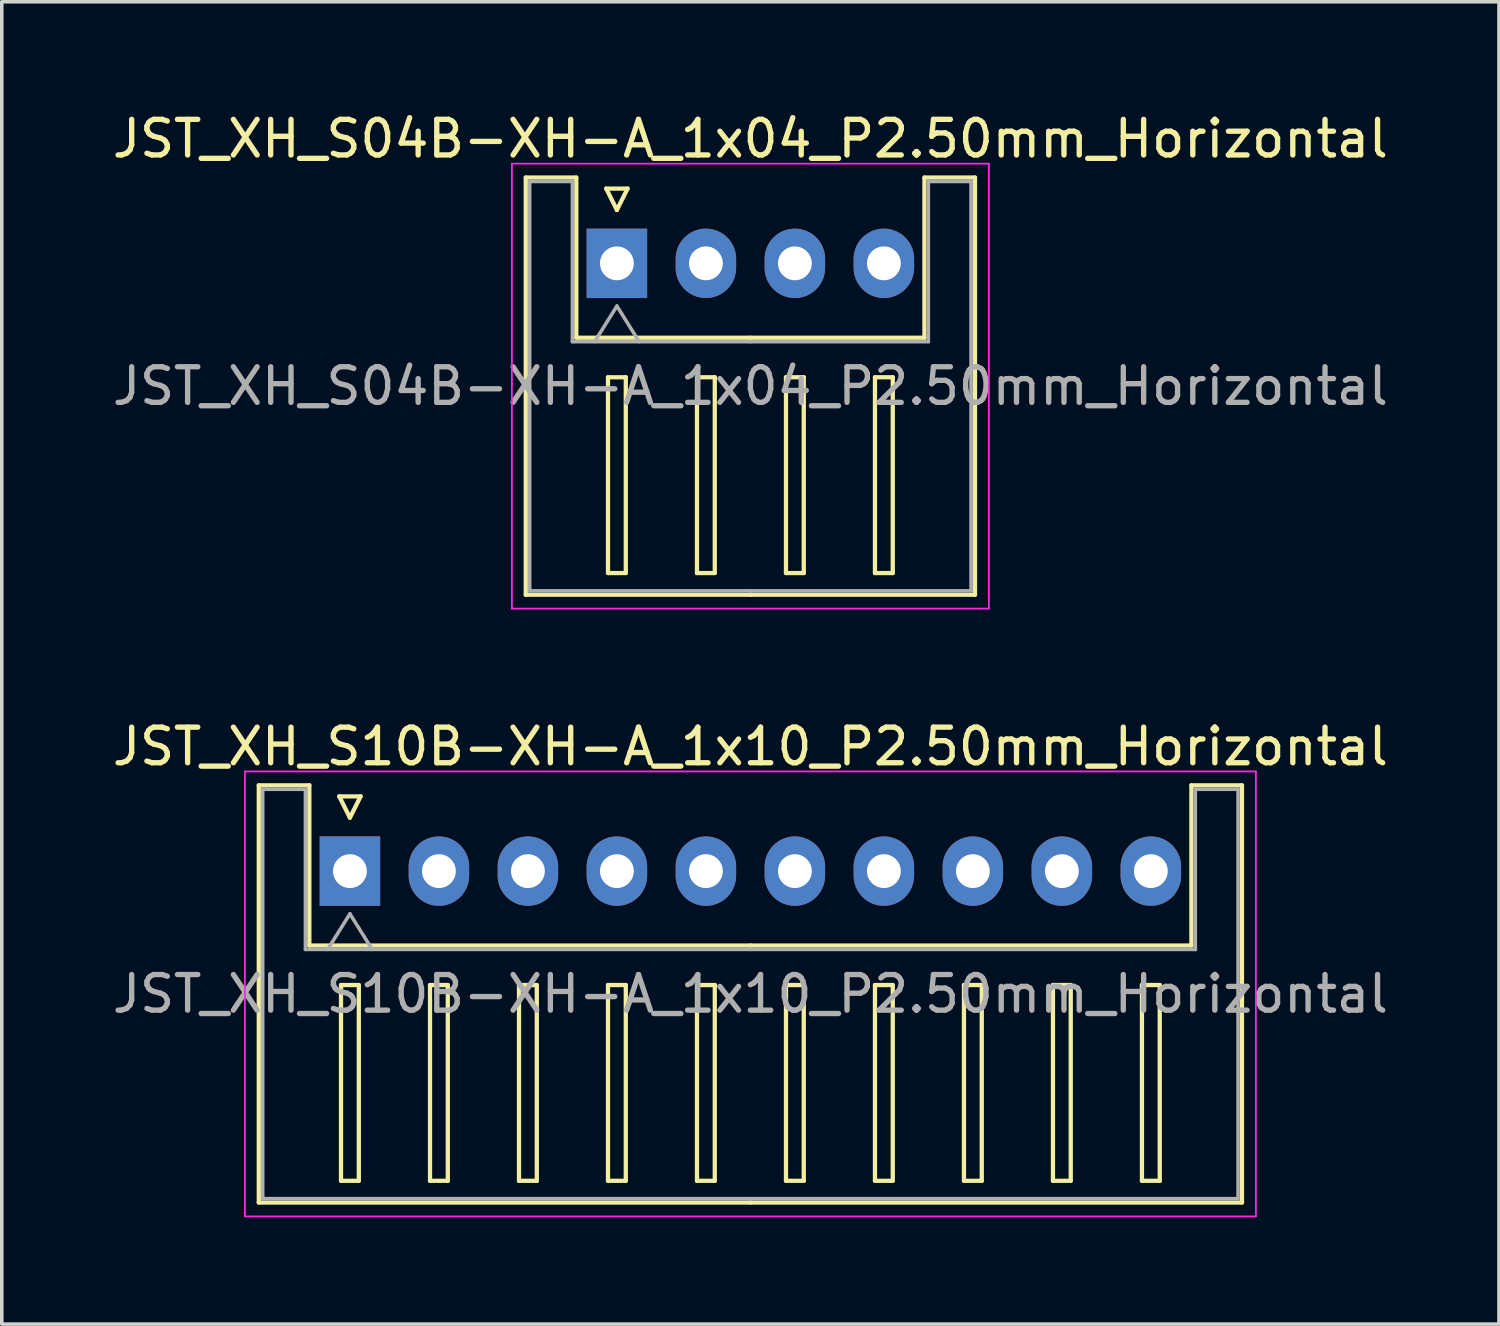
<source format=kicad_pcb>
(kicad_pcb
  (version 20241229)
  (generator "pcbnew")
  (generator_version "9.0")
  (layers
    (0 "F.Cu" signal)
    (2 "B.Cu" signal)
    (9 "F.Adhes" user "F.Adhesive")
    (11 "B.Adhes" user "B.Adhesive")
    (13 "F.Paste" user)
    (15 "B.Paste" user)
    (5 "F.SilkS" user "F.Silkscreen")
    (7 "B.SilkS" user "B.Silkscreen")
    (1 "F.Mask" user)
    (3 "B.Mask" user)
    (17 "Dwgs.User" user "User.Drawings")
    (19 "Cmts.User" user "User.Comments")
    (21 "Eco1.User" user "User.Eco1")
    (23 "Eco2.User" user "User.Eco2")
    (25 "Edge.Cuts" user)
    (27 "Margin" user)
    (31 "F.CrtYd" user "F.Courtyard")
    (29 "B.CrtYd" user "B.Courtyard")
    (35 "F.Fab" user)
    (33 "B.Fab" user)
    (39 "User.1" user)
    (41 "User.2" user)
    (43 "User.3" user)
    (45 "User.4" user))
  (footprint "JST_XH_S10B-XH-A_1x10_P2.50mm_Horizontal"
    (layer "F.Cu")
    (at 6.78 21.422)
    (property "Reference" "JST_XH_S10B-XH-A_1x10_P2.50mm_Horizontal" (at 11.25 -3.5 0) (layer "F.SilkS") (effects (font (size 1 1) (thickness 0.15))))
    (attr through_hole)
    (fp_line (start -2.56 -2.41) (end -1.14 -2.41) (stroke (width 0.12) (type solid)) (layer "F.SilkS"))
    (fp_line (start -2.56 9.31) (end -2.56 -2.41) (stroke (width 0.12) (type solid)) (layer "F.SilkS"))
    (fp_line (start -1.14 -2.41) (end -1.14 2.09) (stroke (width 0.12) (type solid)) (layer "F.SilkS"))
    (fp_line (start -1.14 2.09) (end 11.25 2.09) (stroke (width 0.12) (type solid)) (layer "F.SilkS"))
    (fp_line (start -0.3 -2.1) (end 0.3 -2.1) (stroke (width 0.12) (type solid)) (layer "F.SilkS"))
    (fp_line (start -0.25 3.2) (end -0.25 8.7) (stroke (width 0.12) (type solid)) (layer "F.SilkS"))
    (fp_line (start -0.25 8.7) (end 0.25 8.7) (stroke (width 0.12) (type solid)) (layer "F.SilkS"))
    (fp_line (start 0 -1.5) (end -0.3 -2.1) (stroke (width 0.12) (type solid)) (layer "F.SilkS"))
    (fp_line (start 0.25 3.2) (end -0.25 3.2) (stroke (width 0.12) (type solid)) (layer "F.SilkS"))
    (fp_line (start 0.25 8.7) (end 0.25 3.2) (stroke (width 0.12) (type solid)) (layer "F.SilkS"))
    (fp_line (start 0.3 -2.1) (end 0 -1.5) (stroke (width 0.12) (type solid)) (layer "F.SilkS"))
    (fp_line (start 2.25 3.2) (end 2.25 8.7) (stroke (width 0.12) (type solid)) (layer "F.SilkS"))
    (fp_line (start 2.25 8.7) (end 2.75 8.7) (stroke (width 0.12) (type solid)) (layer "F.SilkS"))
    (fp_line (start 2.75 3.2) (end 2.25 3.2) (stroke (width 0.12) (type solid)) (layer "F.SilkS"))
    (fp_line (start 2.75 8.7) (end 2.75 3.2) (stroke (width 0.12) (type solid)) (layer "F.SilkS"))
    (fp_line (start 4.75 3.2) (end 4.75 8.7) (stroke (width 0.12) (type solid)) (layer "F.SilkS"))
    (fp_line (start 4.75 8.7) (end 5.25 8.7) (stroke (width 0.12) (type solid)) (layer "F.SilkS"))
    (fp_line (start 5.25 3.2) (end 4.75 3.2) (stroke (width 0.12) (type solid)) (layer "F.SilkS"))
    (fp_line (start 5.25 8.7) (end 5.25 3.2) (stroke (width 0.12) (type solid)) (layer "F.SilkS"))
    (fp_line (start 7.25 3.2) (end 7.25 8.7) (stroke (width 0.12) (type solid)) (layer "F.SilkS"))
    (fp_line (start 7.25 8.7) (end 7.75 8.7) (stroke (width 0.12) (type solid)) (layer "F.SilkS"))
    (fp_line (start 7.75 3.2) (end 7.25 3.2) (stroke (width 0.12) (type solid)) (layer "F.SilkS"))
    (fp_line (start 7.75 8.7) (end 7.75 3.2) (stroke (width 0.12) (type solid)) (layer "F.SilkS"))
    (fp_line (start 9.75 3.2) (end 9.75 8.7) (stroke (width 0.12) (type solid)) (layer "F.SilkS"))
    (fp_line (start 9.75 8.7) (end 10.25 8.7) (stroke (width 0.12) (type solid)) (layer "F.SilkS"))
    (fp_line (start 10.25 3.2) (end 9.75 3.2) (stroke (width 0.12) (type solid)) (layer "F.SilkS"))
    (fp_line (start 10.25 8.7) (end 10.25 3.2) (stroke (width 0.12) (type solid)) (layer "F.SilkS"))
    (fp_line (start 11.25 9.31) (end -2.56 9.31) (stroke (width 0.12) (type solid)) (layer "F.SilkS"))
    (fp_line (start 11.25 9.31) (end 25.06 9.31) (stroke (width 0.12) (type solid)) (layer "F.SilkS"))
    (fp_line (start 12.25 3.2) (end 12.25 8.7) (stroke (width 0.12) (type solid)) (layer "F.SilkS"))
    (fp_line (start 12.25 8.7) (end 12.75 8.7) (stroke (width 0.12) (type solid)) (layer "F.SilkS"))
    (fp_line (start 12.75 3.2) (end 12.25 3.2) (stroke (width 0.12) (type solid)) (layer "F.SilkS"))
    (fp_line (start 12.75 8.7) (end 12.75 3.2) (stroke (width 0.12) (type solid)) (layer "F.SilkS"))
    (fp_line (start 14.75 3.2) (end 14.75 8.7) (stroke (width 0.12) (type solid)) (layer "F.SilkS"))
    (fp_line (start 14.75 8.7) (end 15.25 8.7) (stroke (width 0.12) (type solid)) (layer "F.SilkS"))
    (fp_line (start 15.25 3.2) (end 14.75 3.2) (stroke (width 0.12) (type solid)) (layer "F.SilkS"))
    (fp_line (start 15.25 8.7) (end 15.25 3.2) (stroke (width 0.12) (type solid)) (layer "F.SilkS"))
    (fp_line (start 17.25 3.2) (end 17.25 8.7) (stroke (width 0.12) (type solid)) (layer "F.SilkS"))
    (fp_line (start 17.25 8.7) (end 17.75 8.7) (stroke (width 0.12) (type solid)) (layer "F.SilkS"))
    (fp_line (start 17.75 3.2) (end 17.25 3.2) (stroke (width 0.12) (type solid)) (layer "F.SilkS"))
    (fp_line (start 17.75 8.7) (end 17.75 3.2) (stroke (width 0.12) (type solid)) (layer "F.SilkS"))
    (fp_line (start 19.75 3.2) (end 19.75 8.7) (stroke (width 0.12) (type solid)) (layer "F.SilkS"))
    (fp_line (start 19.75 8.7) (end 20.25 8.7) (stroke (width 0.12) (type solid)) (layer "F.SilkS"))
    (fp_line (start 20.25 3.2) (end 19.75 3.2) (stroke (width 0.12) (type solid)) (layer "F.SilkS"))
    (fp_line (start 20.25 8.7) (end 20.25 3.2) (stroke (width 0.12) (type solid)) (layer "F.SilkS"))
    (fp_line (start 22.25 3.2) (end 22.25 8.7) (stroke (width 0.12) (type solid)) (layer "F.SilkS"))
    (fp_line (start 22.25 8.7) (end 22.75 8.7) (stroke (width 0.12) (type solid)) (layer "F.SilkS"))
    (fp_line (start 22.75 3.2) (end 22.25 3.2) (stroke (width 0.12) (type solid)) (layer "F.SilkS"))
    (fp_line (start 22.75 8.7) (end 22.75 3.2) (stroke (width 0.12) (type solid)) (layer "F.SilkS"))
    (fp_line (start 23.64 -2.41) (end 23.64 2.09) (stroke (width 0.12) (type solid)) (layer "F.SilkS"))
    (fp_line (start 23.64 2.09) (end 11.25 2.09) (stroke (width 0.12) (type solid)) (layer "F.SilkS"))
    (fp_line (start 25.06 -2.41) (end 23.64 -2.41) (stroke (width 0.12) (type solid)) (layer "F.SilkS"))
    (fp_line (start 25.06 9.31) (end 25.06 -2.41) (stroke (width 0.12) (type solid)) (layer "F.SilkS"))
    (fp_line (start -2.95 -2.8) (end -2.95 9.7) (stroke (width 0.05) (type solid)) (layer "F.CrtYd"))
    (fp_line (start -2.95 9.7) (end 25.45 9.7) (stroke (width 0.05) (type solid)) (layer "F.CrtYd"))
    (fp_line (start 25.45 -2.8) (end -2.95 -2.8) (stroke (width 0.05) (type solid)) (layer "F.CrtYd"))
    (fp_line (start 25.45 9.7) (end 25.45 -2.8) (stroke (width 0.05) (type solid)) (layer "F.CrtYd"))
    (fp_line (start -2.45 -2.3) (end -1.25 -2.3) (stroke (width 0.1) (type solid)) (layer "F.Fab"))
    (fp_line (start -2.45 9.2) (end -2.45 -2.3) (stroke (width 0.1) (type solid)) (layer "F.Fab"))
    (fp_line (start -1.25 -2.3) (end -1.25 2.2) (stroke (width 0.1) (type solid)) (layer "F.Fab"))
    (fp_line (start -1.25 2.2) (end 11.25 2.2) (stroke (width 0.1) (type solid)) (layer "F.Fab"))
    (fp_line (start -0.625 2.2) (end 0 1.2) (stroke (width 0.1) (type solid)) (layer "F.Fab"))
    (fp_line (start 0 1.2) (end 0.625 2.2) (stroke (width 0.1) (type solid)) (layer "F.Fab"))
    (fp_line (start 11.25 9.2) (end -2.45 9.2) (stroke (width 0.1) (type solid)) (layer "F.Fab"))
    (fp_line (start 11.25 9.2) (end 24.95 9.2) (stroke (width 0.1) (type solid)) (layer "F.Fab"))
    (fp_line (start 23.75 -2.3) (end 23.75 2.2) (stroke (width 0.1) (type solid)) (layer "F.Fab"))
    (fp_line (start 23.75 2.2) (end 11.25 2.2) (stroke (width 0.1) (type solid)) (layer "F.Fab"))
    (fp_line (start 24.95 -2.3) (end 23.75 -2.3) (stroke (width 0.1) (type solid)) (layer "F.Fab"))
    (fp_line (start 24.95 9.2) (end 24.95 -2.3) (stroke (width 0.1) (type solid)) (layer "F.Fab"))
    (fp_text user "${REFERENCE}" (at 11.25 3.45 0) (layer "F.Fab") (effects (font (size 1 1) (thickness 0.15))))
    (pad "1" thru_hole rect (at 0 0) (size 1.7 1.95) (drill 0.95) (layers "*.Cu" "*.Mask"))
    (pad "2" thru_hole oval (at 2.5 0) (size 1.7 1.95) (drill 0.95) (layers "*.Cu" "*.Mask"))
    (pad "3" thru_hole oval (at 5 0) (size 1.7 1.95) (drill 0.95) (layers "*.Cu" "*.Mask"))
    (pad "4" thru_hole oval (at 7.5 0) (size 1.7 1.95) (drill 0.95) (layers "*.Cu" "*.Mask"))
    (pad "5" thru_hole oval (at 10 0) (size 1.7 1.95) (drill 0.95) (layers "*.Cu" "*.Mask"))
    (pad "6" thru_hole oval (at 12.5 0) (size 1.7 1.95) (drill 0.95) (layers "*.Cu" "*.Mask"))
    (pad "7" thru_hole oval (at 15 0) (size 1.7 1.95) (drill 0.95) (layers "*.Cu" "*.Mask"))
    (pad "8" thru_hole oval (at 17.5 0) (size 1.7 1.95) (drill 0.95) (layers "*.Cu" "*.Mask"))
    (pad "9" thru_hole oval (at 20 0) (size 1.7 1.95) (drill 0.95) (layers "*.Cu" "*.Mask"))
    (pad "10" thru_hole oval (at 22.5 0) (size 1.7 1.95) (drill 0.95) (layers "*.Cu" "*.Mask")))
  (footprint "JST_XH_S04B-XH-A_1x04_P2.50mm_Horizontal"
    (layer "F.Cu")
    (at 14.28 4.348)
    (property "Reference" "JST_XH_S04B-XH-A_1x04_P2.50mm_Horizontal" (at 3.75 -3.5 0) (layer "F.SilkS") (effects (font (size 1 1) (thickness 0.15))))
    (attr through_hole)
    (fp_line (start -2.56 -2.41) (end -1.14 -2.41) (stroke (width 0.12) (type solid)) (layer "F.SilkS"))
    (fp_line (start -2.56 9.31) (end -2.56 -2.41) (stroke (width 0.12) (type solid)) (layer "F.SilkS"))
    (fp_line (start -1.14 -2.41) (end -1.14 2.09) (stroke (width 0.12) (type solid)) (layer "F.SilkS"))
    (fp_line (start -1.14 2.09) (end 3.75 2.09) (stroke (width 0.12) (type solid)) (layer "F.SilkS"))
    (fp_line (start -0.3 -2.1) (end 0.3 -2.1) (stroke (width 0.12) (type solid)) (layer "F.SilkS"))
    (fp_line (start -0.25 3.2) (end -0.25 8.7) (stroke (width 0.12) (type solid)) (layer "F.SilkS"))
    (fp_line (start -0.25 8.7) (end 0.25 8.7) (stroke (width 0.12) (type solid)) (layer "F.SilkS"))
    (fp_line (start 0 -1.5) (end -0.3 -2.1) (stroke (width 0.12) (type solid)) (layer "F.SilkS"))
    (fp_line (start 0.25 3.2) (end -0.25 3.2) (stroke (width 0.12) (type solid)) (layer "F.SilkS"))
    (fp_line (start 0.25 8.7) (end 0.25 3.2) (stroke (width 0.12) (type solid)) (layer "F.SilkS"))
    (fp_line (start 0.3 -2.1) (end 0 -1.5) (stroke (width 0.12) (type solid)) (layer "F.SilkS"))
    (fp_line (start 2.25 3.2) (end 2.25 8.7) (stroke (width 0.12) (type solid)) (layer "F.SilkS"))
    (fp_line (start 2.25 8.7) (end 2.75 8.7) (stroke (width 0.12) (type solid)) (layer "F.SilkS"))
    (fp_line (start 2.75 3.2) (end 2.25 3.2) (stroke (width 0.12) (type solid)) (layer "F.SilkS"))
    (fp_line (start 2.75 8.7) (end 2.75 3.2) (stroke (width 0.12) (type solid)) (layer "F.SilkS"))
    (fp_line (start 3.75 9.31) (end -2.56 9.31) (stroke (width 0.12) (type solid)) (layer "F.SilkS"))
    (fp_line (start 3.75 9.31) (end 10.06 9.31) (stroke (width 0.12) (type solid)) (layer "F.SilkS"))
    (fp_line (start 4.75 3.2) (end 4.75 8.7) (stroke (width 0.12) (type solid)) (layer "F.SilkS"))
    (fp_line (start 4.75 8.7) (end 5.25 8.7) (stroke (width 0.12) (type solid)) (layer "F.SilkS"))
    (fp_line (start 5.25 3.2) (end 4.75 3.2) (stroke (width 0.12) (type solid)) (layer "F.SilkS"))
    (fp_line (start 5.25 8.7) (end 5.25 3.2) (stroke (width 0.12) (type solid)) (layer "F.SilkS"))
    (fp_line (start 7.25 3.2) (end 7.25 8.7) (stroke (width 0.12) (type solid)) (layer "F.SilkS"))
    (fp_line (start 7.25 8.7) (end 7.75 8.7) (stroke (width 0.12) (type solid)) (layer "F.SilkS"))
    (fp_line (start 7.75 3.2) (end 7.25 3.2) (stroke (width 0.12) (type solid)) (layer "F.SilkS"))
    (fp_line (start 7.75 8.7) (end 7.75 3.2) (stroke (width 0.12) (type solid)) (layer "F.SilkS"))
    (fp_line (start 8.64 -2.41) (end 8.64 2.09) (stroke (width 0.12) (type solid)) (layer "F.SilkS"))
    (fp_line (start 8.64 2.09) (end 3.75 2.09) (stroke (width 0.12) (type solid)) (layer "F.SilkS"))
    (fp_line (start 10.06 -2.41) (end 8.64 -2.41) (stroke (width 0.12) (type solid)) (layer "F.SilkS"))
    (fp_line (start 10.06 9.31) (end 10.06 -2.41) (stroke (width 0.12) (type solid)) (layer "F.SilkS"))
    (fp_line (start -2.95 -2.8) (end -2.95 9.7) (stroke (width 0.05) (type solid)) (layer "F.CrtYd"))
    (fp_line (start -2.95 9.7) (end 10.45 9.7) (stroke (width 0.05) (type solid)) (layer "F.CrtYd"))
    (fp_line (start 10.45 -2.8) (end -2.95 -2.8) (stroke (width 0.05) (type solid)) (layer "F.CrtYd"))
    (fp_line (start 10.45 9.7) (end 10.45 -2.8) (stroke (width 0.05) (type solid)) (layer "F.CrtYd"))
    (fp_line (start -2.45 -2.3) (end -1.25 -2.3) (stroke (width 0.1) (type solid)) (layer "F.Fab"))
    (fp_line (start -2.45 9.2) (end -2.45 -2.3) (stroke (width 0.1) (type solid)) (layer "F.Fab"))
    (fp_line (start -1.25 -2.3) (end -1.25 2.2) (stroke (width 0.1) (type solid)) (layer "F.Fab"))
    (fp_line (start -1.25 2.2) (end 3.75 2.2) (stroke (width 0.1) (type solid)) (layer "F.Fab"))
    (fp_line (start -0.625 2.2) (end 0 1.2) (stroke (width 0.1) (type solid)) (layer "F.Fab"))
    (fp_line (start 0 1.2) (end 0.625 2.2) (stroke (width 0.1) (type solid)) (layer "F.Fab"))
    (fp_line (start 3.75 9.2) (end -2.45 9.2) (stroke (width 0.1) (type solid)) (layer "F.Fab"))
    (fp_line (start 3.75 9.2) (end 9.95 9.2) (stroke (width 0.1) (type solid)) (layer "F.Fab"))
    (fp_line (start 8.75 -2.3) (end 8.75 2.2) (stroke (width 0.1) (type solid)) (layer "F.Fab"))
    (fp_line (start 8.75 2.2) (end 3.75 2.2) (stroke (width 0.1) (type solid)) (layer "F.Fab"))
    (fp_line (start 9.95 -2.3) (end 8.75 -2.3) (stroke (width 0.1) (type solid)) (layer "F.Fab"))
    (fp_line (start 9.95 9.2) (end 9.95 -2.3) (stroke (width 0.1) (type solid)) (layer "F.Fab"))
    (fp_text user "${REFERENCE}" (at 3.75 3.45 0) (layer "F.Fab") (effects (font (size 1 1) (thickness 0.15))))
    (pad "1" thru_hole rect (at 0 0) (size 1.7 1.95) (drill 0.95) (layers "*.Cu" "*.Mask"))
    (pad "2" thru_hole oval (at 2.5 0) (size 1.7 1.95) (drill 0.95) (layers "*.Cu" "*.Mask"))
    (pad "3" thru_hole oval (at 5 0) (size 1.7 1.95) (drill 0.95) (layers "*.Cu" "*.Mask"))
    (pad "4" thru_hole oval (at 7.5 0) (size 1.7 1.95) (drill 0.95) (layers "*.Cu" "*.Mask")))
  (gr_rect
    (start -3 -3)
    (end 39.06 34.147)
    (stroke (width 0.1) (type default))
    (fill no)
    (layer "Edge.Cuts")))
</source>
